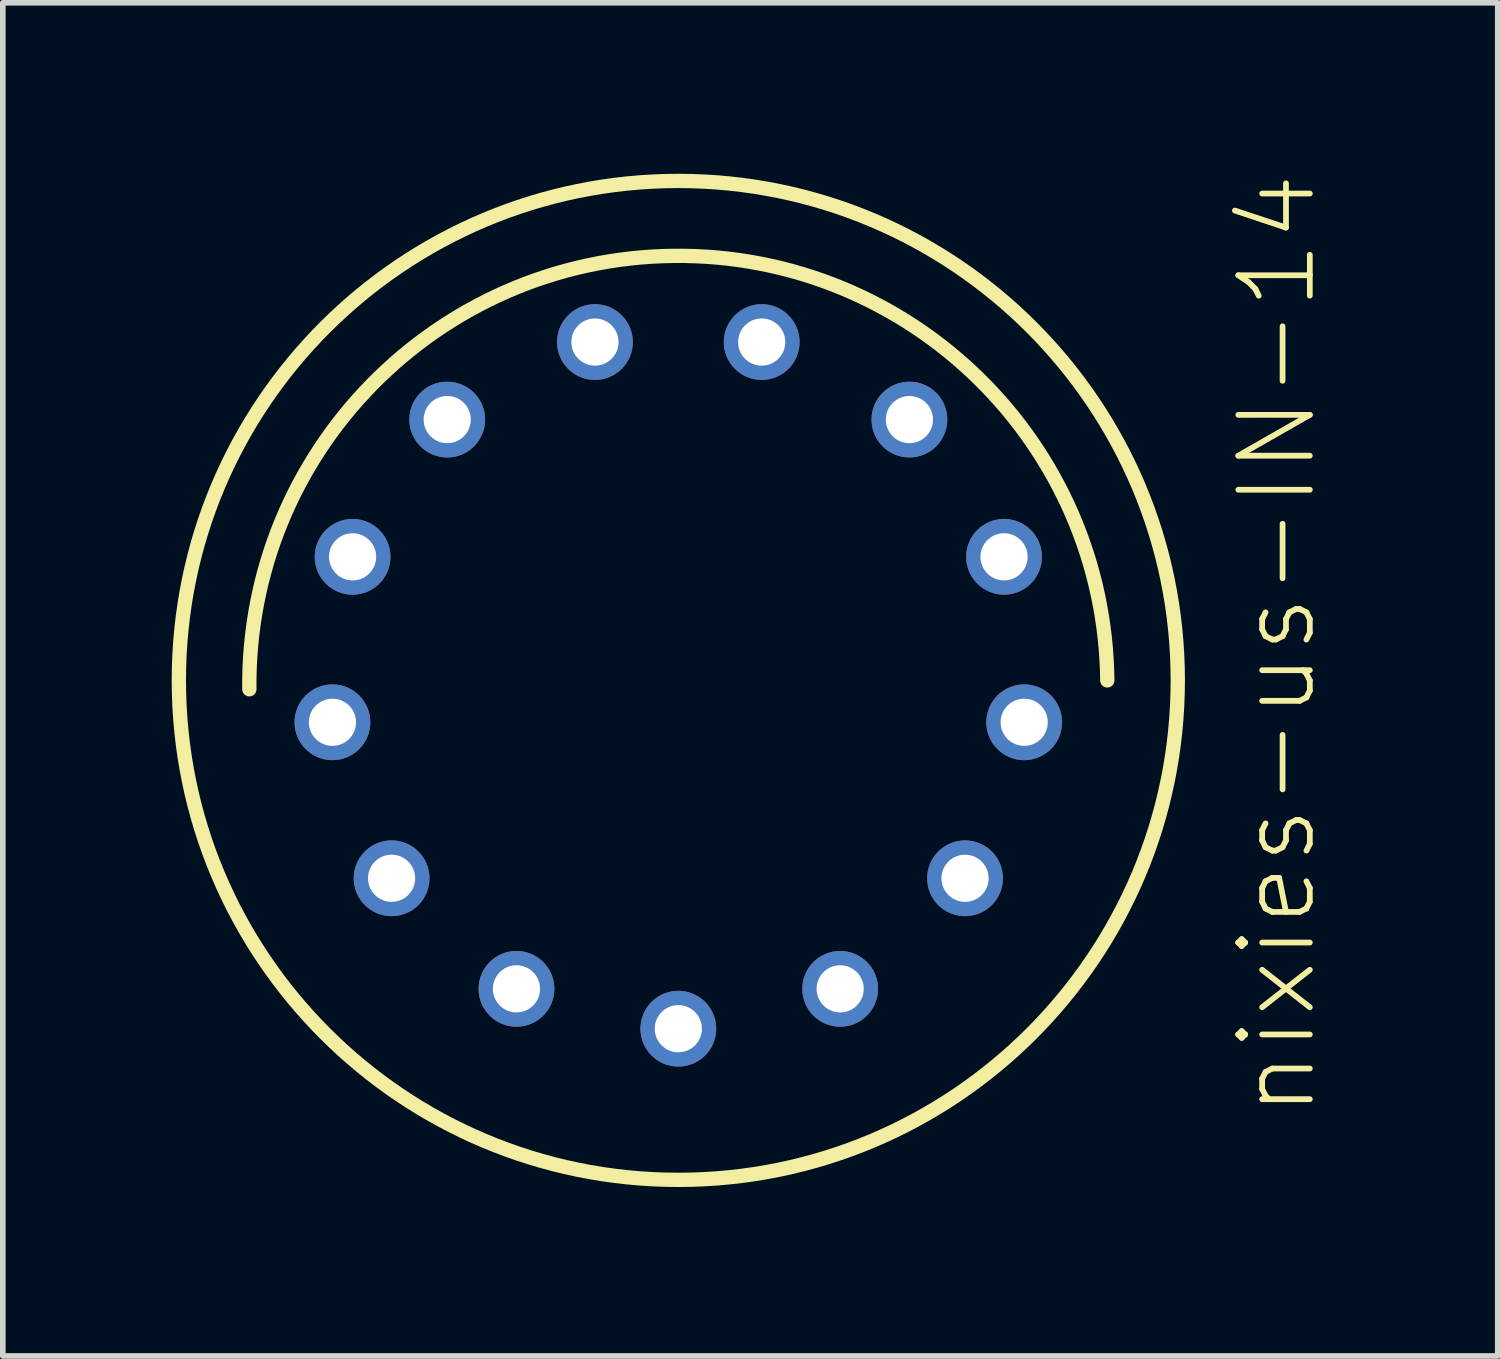
<source format=kicad_pcb>
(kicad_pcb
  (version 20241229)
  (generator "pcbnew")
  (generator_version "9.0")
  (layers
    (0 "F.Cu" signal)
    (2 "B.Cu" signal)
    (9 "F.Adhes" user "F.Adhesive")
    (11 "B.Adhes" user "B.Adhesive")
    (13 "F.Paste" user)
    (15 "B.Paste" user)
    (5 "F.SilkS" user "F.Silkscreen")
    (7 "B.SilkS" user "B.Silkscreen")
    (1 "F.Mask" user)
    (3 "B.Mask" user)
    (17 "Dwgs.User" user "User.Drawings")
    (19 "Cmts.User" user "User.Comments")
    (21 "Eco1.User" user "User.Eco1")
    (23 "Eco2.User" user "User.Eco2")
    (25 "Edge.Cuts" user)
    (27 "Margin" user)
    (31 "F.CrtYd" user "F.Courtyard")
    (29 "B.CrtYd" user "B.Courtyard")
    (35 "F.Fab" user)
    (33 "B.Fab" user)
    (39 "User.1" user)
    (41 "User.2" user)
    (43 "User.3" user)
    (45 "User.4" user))
  (footprint "nixies-us-IN-14"
    (layer "F.Cu")
    (at 8.999 9.036)
    (property "Reference" "nixies-us-IN-14" (at 10.635 -0.635 90) (layer "F.SilkS") (effects (font (size 1.27 1.27) (thickness 0.102))))
    (attr exclude_from_pos_files exclude_from_bom)
    (fp_arc (start -7.62 0.15748) (mid -0.07874 -7.54126) (end 7.62 0) (stroke (width 0.254) (type solid)) (layer "F.SilkS"))
    (fp_circle (center 0 0) (end 0 -8.872) (stroke (width 0.254) (type solid)) (fill no) (layer "F.SilkS"))
    (pad "0" thru_hole circle (at -5.093 3.515) (size 1.346 1.346) (drill 0.838) (layers "*.Cu" "*.Mask"))
    (pad "1" thru_hole circle (at 5.093 3.515) (size 1.346 1.346) (drill 0.838) (layers "*.Cu" "*.Mask"))
    (pad "2" thru_hole circle (at 6.144 0.744) (size 1.346 1.346) (drill 0.838) (layers "*.Cu" "*.Mask"))
    (pad "3" thru_hole circle (at 5.786 -2.195) (size 1.346 1.346) (drill 0.838) (layers "*.Cu" "*.Mask"))
    (pad "4" thru_hole circle (at 4.105 -4.633) (size 1.346 1.346) (drill 0.838) (layers "*.Cu" "*.Mask"))
    (pad "5" thru_hole circle (at 1.481 -6.01) (size 1.346 1.346) (drill 0.838) (layers "*.Cu" "*.Mask"))
    (pad "6" thru_hole circle (at -1.481 -6.01) (size 1.346 1.346) (drill 0.838) (layers "*.Cu" "*.Mask"))
    (pad "7" thru_hole circle (at -4.105 -4.633) (size 1.346 1.346) (drill 0.838) (layers "*.Cu" "*.Mask"))
    (pad "8" thru_hole circle (at -5.786 -2.195) (size 1.346 1.346) (drill 0.838) (layers "*.Cu" "*.Mask"))
    (pad "9" thru_hole circle (at -6.144 0.744) (size 1.346 1.346) (drill 0.838) (layers "*.Cu" "*.Mask"))
    (pad "A" thru_hole circle (at 0 6.187) (size 1.346 1.346) (drill 0.838) (layers "*.Cu" "*.Mask"))
    (pad "LHDP" thru_hole circle (at 2.875 5.479) (size 1.346 1.346) (drill 0.838) (layers "*.Cu" "*.Mask"))
    (pad "RHDP" thru_hole circle (at -2.875 5.479) (size 1.346 1.346) (drill 0.838) (layers "*.Cu" "*.Mask")))
  (gr_rect
    (start -3 -3)
    (end 23.555 21.036)
    (stroke (width 0.1) (type default))
    (fill no)
    (layer "Edge.Cuts")))
</source>
